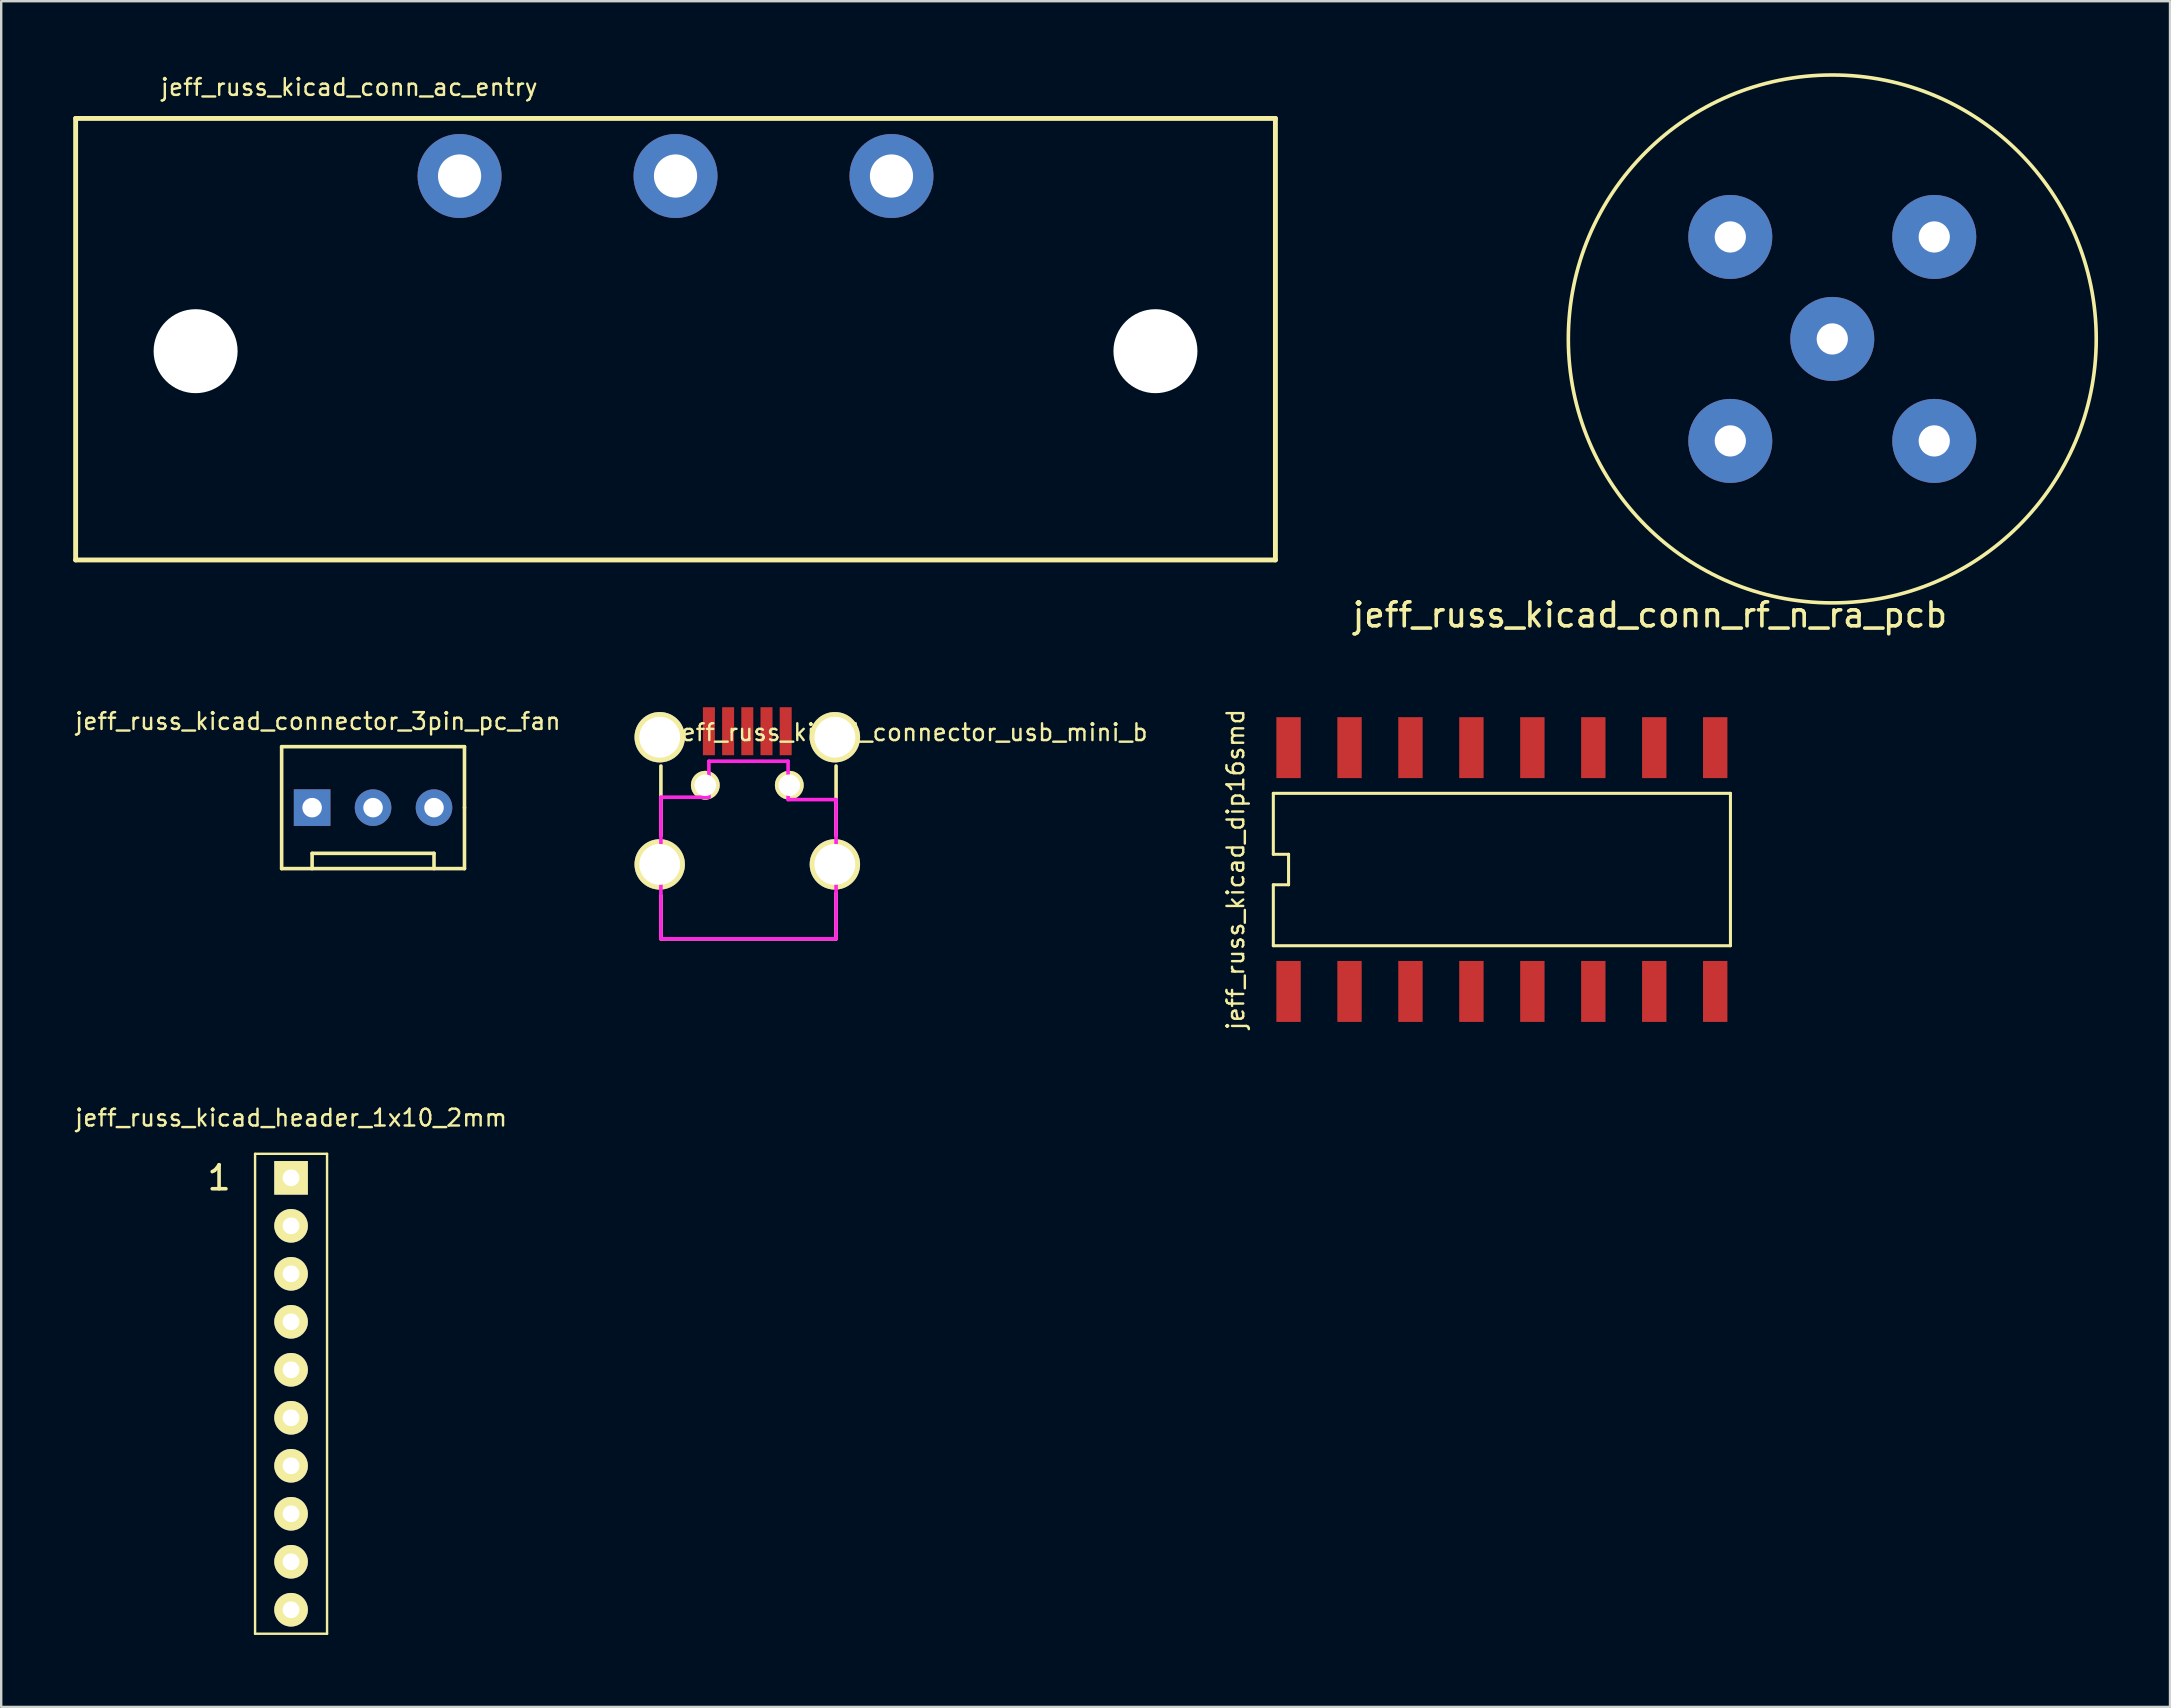
<source format=kicad_pcb>
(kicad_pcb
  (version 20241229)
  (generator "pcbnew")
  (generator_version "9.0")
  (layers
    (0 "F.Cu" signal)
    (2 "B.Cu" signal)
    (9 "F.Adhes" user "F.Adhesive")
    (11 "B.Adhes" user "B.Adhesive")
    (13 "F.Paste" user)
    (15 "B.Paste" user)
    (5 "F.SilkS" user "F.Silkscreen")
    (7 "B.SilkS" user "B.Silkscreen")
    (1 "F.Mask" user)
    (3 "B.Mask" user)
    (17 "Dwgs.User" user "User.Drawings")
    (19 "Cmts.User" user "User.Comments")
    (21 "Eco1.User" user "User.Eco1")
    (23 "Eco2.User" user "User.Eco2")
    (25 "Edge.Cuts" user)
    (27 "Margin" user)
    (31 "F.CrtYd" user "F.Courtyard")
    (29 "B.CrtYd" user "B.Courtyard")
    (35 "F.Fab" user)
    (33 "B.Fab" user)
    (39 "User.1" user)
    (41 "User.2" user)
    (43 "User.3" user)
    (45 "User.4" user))
  (footprint "jeff_russ_kicad_conn_ac_entry"
    (layer "F.Cu")
    (at 25.102 4.285)
    (property "Reference" "jeff_russ_kicad_conn_ac_entry" (at -13.6 -3.7 0) (layer "F.SilkS") (effects (font (size 0.7 0.7) (thickness 0.1))))
    (attr through_hole)
    (fp_line (start -25 -2.4) (end -25 16) (stroke (width 0.203) (type solid)) (layer "F.SilkS"))
    (fp_line (start -25 16) (end 25 16) (stroke (width 0.203) (type solid)) (layer "F.SilkS"))
    (fp_line (start 25 -2.4) (end -25 -2.4) (stroke (width 0.203) (type solid)) (layer "F.SilkS"))
    (fp_line (start 25 16) (end 25 -2.4) (stroke (width 0.203) (type solid)) (layer "F.SilkS"))
    (pad "" np_thru_hole circle (at -20 7.3) (size 3.5 3.5) (drill 3.5) (layers "*.Cu" "*.Mask"))
    (pad "" np_thru_hole circle (at 20 7.3) (size 3.5 3.5) (drill 3.5) (layers "*.Cu" "*.Mask"))
    (pad "1" thru_hole circle (at -9 0) (size 3.5 3.5) (drill 1.8) (layers "*.Cu" "*.Mask"))
    (pad "2" thru_hole circle (at 9 0) (size 3.5 3.5) (drill 1.8) (layers "*.Cu" "*.Mask"))
    (pad "3" thru_hole circle (at 0 0) (size 3.5 3.5) (drill 1.8) (layers "*.Cu" "*.Mask")))
  (footprint "jeff_russ_kicad_connector_3pin_pc_fan"
    (layer "F.Cu")
    (at 12.497 30.608)
    (property "Reference" "jeff_russ_kicad_connector_3pin_pc_fan" (at -2.3 -3.6 0) (layer "F.SilkS") (effects (font (size 0.7 0.7) (thickness 0.1))))
    (attr through_hole)
    (fp_line (start -3.81 -2.54) (end 3.81 -2.54) (stroke (width 0.15) (type solid)) (layer "F.SilkS"))
    (fp_line (start -3.81 2.54) (end -3.81 -2.54) (stroke (width 0.15) (type solid)) (layer "F.SilkS"))
    (fp_line (start -2.54 1.905) (end 2.54 1.905) (stroke (width 0.15) (type solid)) (layer "F.SilkS"))
    (fp_line (start -2.54 2.54) (end -2.54 1.905) (stroke (width 0.15) (type solid)) (layer "F.SilkS"))
    (fp_line (start 2.54 1.905) (end 2.54 2.54) (stroke (width 0.15) (type solid)) (layer "F.SilkS"))
    (fp_line (start 3.81 -2.54) (end 3.81 0) (stroke (width 0.15) (type solid)) (layer "F.SilkS"))
    (fp_line (start 3.81 0) (end 3.81 2.54) (stroke (width 0.15) (type solid)) (layer "F.SilkS"))
    (fp_line (start 3.81 2.54) (end -3.81 2.54) (stroke (width 0.15) (type solid)) (layer "F.SilkS"))
    (pad "1" thru_hole rect (at -2.54 0) (size 1.524 1.524) (drill 0.813) (layers "*.Cu" "*.Mask"))
    (pad "2" thru_hole circle (at 0 0) (size 1.524 1.524) (drill 0.813) (layers "*.Cu" "*.Mask"))
    (pad "3" thru_hole circle (at 2.54 0) (size 1.524 1.524) (drill 0.813) (layers "*.Cu" "*.Mask")))
  (footprint "jeff_russ_kicad_dip16smd"
    (layer "F.Cu")
    (at 59.54 33.187)
    (property "Reference" "jeff_russ_kicad_dip16smd" (at -11.098 0 90) (layer "F.SilkS") (effects (font (size 0.7 0.7) (thickness 0.1))))
    (attr through_hole)
    (fp_line (start -9.525 -3.175) (end 9.525 -3.175) (stroke (width 0.127) (type solid)) (layer "F.SilkS"))
    (fp_line (start -9.525 -0.635) (end -9.525 -3.175) (stroke (width 0.127) (type solid)) (layer "F.SilkS"))
    (fp_line (start -9.525 0.635) (end -8.89 0.635) (stroke (width 0.127) (type solid)) (layer "F.SilkS"))
    (fp_line (start -9.525 3.175) (end -9.525 0.635) (stroke (width 0.127) (type solid)) (layer "F.SilkS"))
    (fp_line (start -8.89 -0.635) (end -9.525 -0.635) (stroke (width 0.127) (type solid)) (layer "F.SilkS"))
    (fp_line (start -8.89 0.635) (end -8.89 -0.635) (stroke (width 0.127) (type solid)) (layer "F.SilkS"))
    (fp_line (start 9.525 -3.175) (end 9.525 3.175) (stroke (width 0.127) (type solid)) (layer "F.SilkS"))
    (fp_line (start 9.525 3.175) (end -9.525 3.175) (stroke (width 0.127) (type solid)) (layer "F.SilkS"))
    (pad "1" smd rect (at -8.89 5.08) (size 1.016 2.54) (layers "F.Cu" "F.Mask" "F.Paste"))
    (pad "2" smd rect (at -6.35 5.08) (size 1.016 2.54) (layers "F.Cu" "F.Mask" "F.Paste"))
    (pad "3" smd rect (at -3.81 5.08) (size 1.016 2.54) (layers "F.Cu" "F.Mask" "F.Paste"))
    (pad "4" smd rect (at -1.27 5.08) (size 1.016 2.54) (layers "F.Cu" "F.Mask" "F.Paste"))
    (pad "5" smd rect (at 1.27 5.08) (size 1.016 2.54) (layers "F.Cu" "F.Mask" "F.Paste"))
    (pad "6" smd rect (at 3.81 5.08) (size 1.016 2.54) (layers "F.Cu" "F.Mask" "F.Paste"))
    (pad "7" smd rect (at 6.35 5.08) (size 1.016 2.54) (layers "F.Cu" "F.Mask" "F.Paste"))
    (pad "8" smd rect (at 8.89 5.08) (size 1.016 2.54) (layers "F.Cu" "F.Mask" "F.Paste"))
    (pad "9" smd rect (at 8.89 -5.08) (size 1.016 2.54) (layers "F.Cu" "F.Mask" "F.Paste"))
    (pad "10" smd rect (at 6.35 -5.08) (size 1.016 2.54) (layers "F.Cu" "F.Mask" "F.Paste"))
    (pad "11" smd rect (at 3.81 -5.08) (size 1.016 2.54) (layers "F.Cu" "F.Mask" "F.Paste"))
    (pad "12" smd rect (at 1.27 -5.08) (size 1.016 2.54) (layers "F.Cu" "F.Mask" "F.Paste"))
    (pad "13" smd rect (at -1.27 -5.08) (size 1.016 2.54) (layers "F.Cu" "F.Mask" "F.Paste"))
    (pad "14" smd rect (at -3.81 -5.08) (size 1.016 2.54) (layers "F.Cu" "F.Mask" "F.Paste"))
    (pad "15" smd rect (at -6.35 -5.08) (size 1.016 2.54) (layers "F.Cu" "F.Mask" "F.Paste"))
    (pad "16" smd rect (at -8.89 -5.08) (size 1.016 2.54) (layers "F.Cu" "F.Mask" "F.Paste")))
  (footprint "jeff_russ_kicad_conn_rf_n_ra_pcb"
    (layer "F.Cu")
    (at 73.309 11.075)
    (property "Reference" "jeff_russ_kicad_conn_rf_n_ra_pcb" (at -7.6 11.5 0) (layer "F.SilkS") (effects (font (size 1 1) (thickness 0.15))))
    (attr through_hole)
    (fp_circle (center 0 0) (end 11 0) (stroke (width 0.15) (type solid)) (fill no) (layer "F.SilkS"))
    (pad "1" thru_hole circle (at 0 0) (size 3.5 3.5) (drill 1.3) (layers "*.Cu" "*.Mask"))
    (pad "2" thru_hole circle (at -4.25 -4.25) (size 3.5 3.5) (drill 1.3) (layers "*.Cu" "*.Mask"))
    (pad "3" thru_hole circle (at 4.25 -4.25) (size 3.5 3.5) (drill 1.3) (layers "*.Cu" "*.Mask"))
    (pad "4" thru_hole circle (at 4.25 4.25) (size 3.5 3.5) (drill 1.3) (layers "*.Cu" "*.Mask"))
    (pad "5" thru_hole circle (at -4.25 4.25) (size 3.5 3.5) (drill 1.3) (layers "*.Cu" "*.Mask")))
  (footprint "jeff_russ_kicad_header_1x10_2mm"
    (layer "F.Cu")
    (at 9.08 46.035)
    (property "Reference" "jeff_russ_kicad_header_1x10_2mm" (at 0 -2.5 0) (layer "F.SilkS") (effects (font (size 0.7 0.7) (thickness 0.1))))
    (attr through_hole)
    (fp_line (start -1.5 19) (end -1.5 -1) (stroke (width 0.1) (type solid)) (layer "F.SilkS"))
    (fp_line (start -1.5 19) (end 1.5 19) (stroke (width 0.1) (type solid)) (layer "F.SilkS"))
    (fp_line (start 1.5 -1) (end -1.5 -1) (stroke (width 0.1) (type solid)) (layer "F.SilkS"))
    (fp_line (start 1.5 -1) (end 1.5 19) (stroke (width 0.1) (type solid)) (layer "F.SilkS"))
    (fp_text user "1" (at -3 0 0) (layer "F.SilkS") (effects (font (size 1 1) (thickness 0.15))))
    (pad "1" thru_hole rect (at 0 0) (size 1.4 1.4) (drill 0.7) (layers "*.Cu" "*.Mask" "F.SilkS"))
    (pad "2" thru_hole circle (at 0 2) (size 1.4 1.4) (drill 0.7) (layers "*.Cu" "*.Mask" "F.SilkS"))
    (pad "3" thru_hole circle (at 0 4) (size 1.4 1.4) (drill 0.7) (layers "*.Cu" "*.Mask" "F.SilkS"))
    (pad "4" thru_hole circle (at 0 6) (size 1.4 1.4) (drill 0.7) (layers "*.Cu" "*.Mask" "F.SilkS"))
    (pad "5" thru_hole circle (at 0 8) (size 1.4 1.4) (drill 0.7) (layers "*.Cu" "*.Mask" "F.SilkS"))
    (pad "6" thru_hole circle (at 0 10) (size 1.4 1.4) (drill 0.7) (layers "*.Cu" "*.Mask" "F.SilkS"))
    (pad "7" thru_hole circle (at 0 12) (size 1.4 1.4) (drill 0.7) (layers "*.Cu" "*.Mask" "F.SilkS"))
    (pad "8" thru_hole circle (at 0 14) (size 1.4 1.4) (drill 0.7) (layers "*.Cu" "*.Mask" "F.SilkS"))
    (pad "9" thru_hole circle (at 0 16) (size 1.4 1.4) (drill 0.7) (layers "*.Cu" "*.Mask" "F.SilkS"))
    (pad "10" thru_hole circle (at 0 18) (size 1.4 1.4) (drill 0.7) (layers "*.Cu" "*.Mask" "F.SilkS")))
  (footprint "jeff_russ_kicad_connector_usb_mini_b"
    (layer "F.Cu")
    (at 28.093 29.673)
    (property "Reference" "jeff_russ_kicad_connector_usb_mini_b" (at 6.8 -2.2 0) (layer "F.SilkS") (effects (font (size 0.7 0.7) (thickness 0.1))))
    (attr through_hole)
    (fp_line (start -3.6 2.1) (end -3.6 -0.8) (stroke (width 0.15) (type solid)) (layer "F.SilkS"))
    (fp_line (start -3.6 4.6) (end -3.6 6.4) (stroke (width 0.15) (type solid)) (layer "F.SilkS"))
    (fp_line (start -3.6 6.4) (end 3.7 6.4) (stroke (width 0.15) (type solid)) (layer "F.SilkS"))
    (fp_line (start 3.7 2.1) (end 3.7 -0.8) (stroke (width 0.15) (type solid)) (layer "F.SilkS"))
    (fp_line (start 3.7 6.4) (end 3.7 4.5) (stroke (width 0.15) (type solid)) (layer "F.SilkS"))
    (fp_line (start -3.6 0.5) (end -3.6 6.4) (stroke (width 0.15) (type solid)) (layer "F.CrtYd"))
    (fp_line (start -3.6 6.4) (end 3.7 6.4) (stroke (width 0.15) (type solid)) (layer "F.CrtYd"))
    (fp_line (start -1.6 -1) (end -1.6 0.5) (stroke (width 0.15) (type solid)) (layer "F.CrtYd"))
    (fp_line (start -1.6 0.5) (end -3.6 0.5) (stroke (width 0.15) (type solid)) (layer "F.CrtYd"))
    (fp_line (start 1.7 -1) (end -1.6 -1) (stroke (width 0.15) (type solid)) (layer "F.CrtYd"))
    (fp_line (start 1.7 0.6) (end 1.7 -1) (stroke (width 0.15) (type solid)) (layer "F.CrtYd"))
    (fp_line (start 3.7 0.6) (end 1.7 0.6) (stroke (width 0.15) (type solid)) (layer "F.CrtYd"))
    (fp_line (start 3.7 0.6) (end 3.7 6.4) (stroke (width 0.15) (type solid)) (layer "F.CrtYd"))
    (pad "1" smd rect (at -1.6 -2.25) (size 0.5 2) (layers "F.Cu" "F.Mask" "F.Paste"))
    (pad "2" smd rect (at -0.8 -2.25) (size 0.5 2) (layers "F.Cu" "F.Mask" "F.Paste"))
    (pad "3" smd rect (at 0 -2.25) (size 0.5 2) (layers "F.Cu" "F.Mask" "F.Paste"))
    (pad "4" smd rect (at 0.8 -2.25) (size 0.5 2) (layers "F.Cu" "F.Mask" "F.Paste"))
    (pad "5" smd rect (at 1.6 -2.25) (size 0.5 2) (layers "F.Cu" "F.Mask" "F.Paste"))
    (pad "6" thru_hole circle (at -3.65 -2) (size 2.1 2.1) (drill 1.7) (layers "*.Cu" "*.Mask" "F.SilkS"))
    (pad "7" thru_hole circle (at 3.65 -2) (size 2.1 2.1) (drill 1.7) (layers "*.Cu" "*.Mask" "F.SilkS"))
    (pad "8" thru_hole circle (at -3.65 3.3) (size 2.1 2.1) (drill 1.7) (layers "*.Cu" "*.Mask" "F.SilkS"))
    (pad "9" thru_hole circle (at 3.65 3.3) (size 2.1 2.1) (drill 1.7) (layers "*.Cu" "*.Mask" "F.SilkS"))
    (pad "10" thru_hole circle (at -1.75 0) (size 1.2 1.2) (drill 0.9) (layers "*.Cu" "*.Mask" "F.SilkS"))
    (pad "11" thru_hole circle (at 1.75 0) (size 1.2 1.2) (drill 0.9) (layers "*.Cu" "*.Mask" "F.SilkS")))
  (gr_rect
    (start -3 -3)
    (end 87.384 68.085)
    (stroke (width 0.1) (type default))
    (fill no)
    (layer "Edge.Cuts")))
</source>
